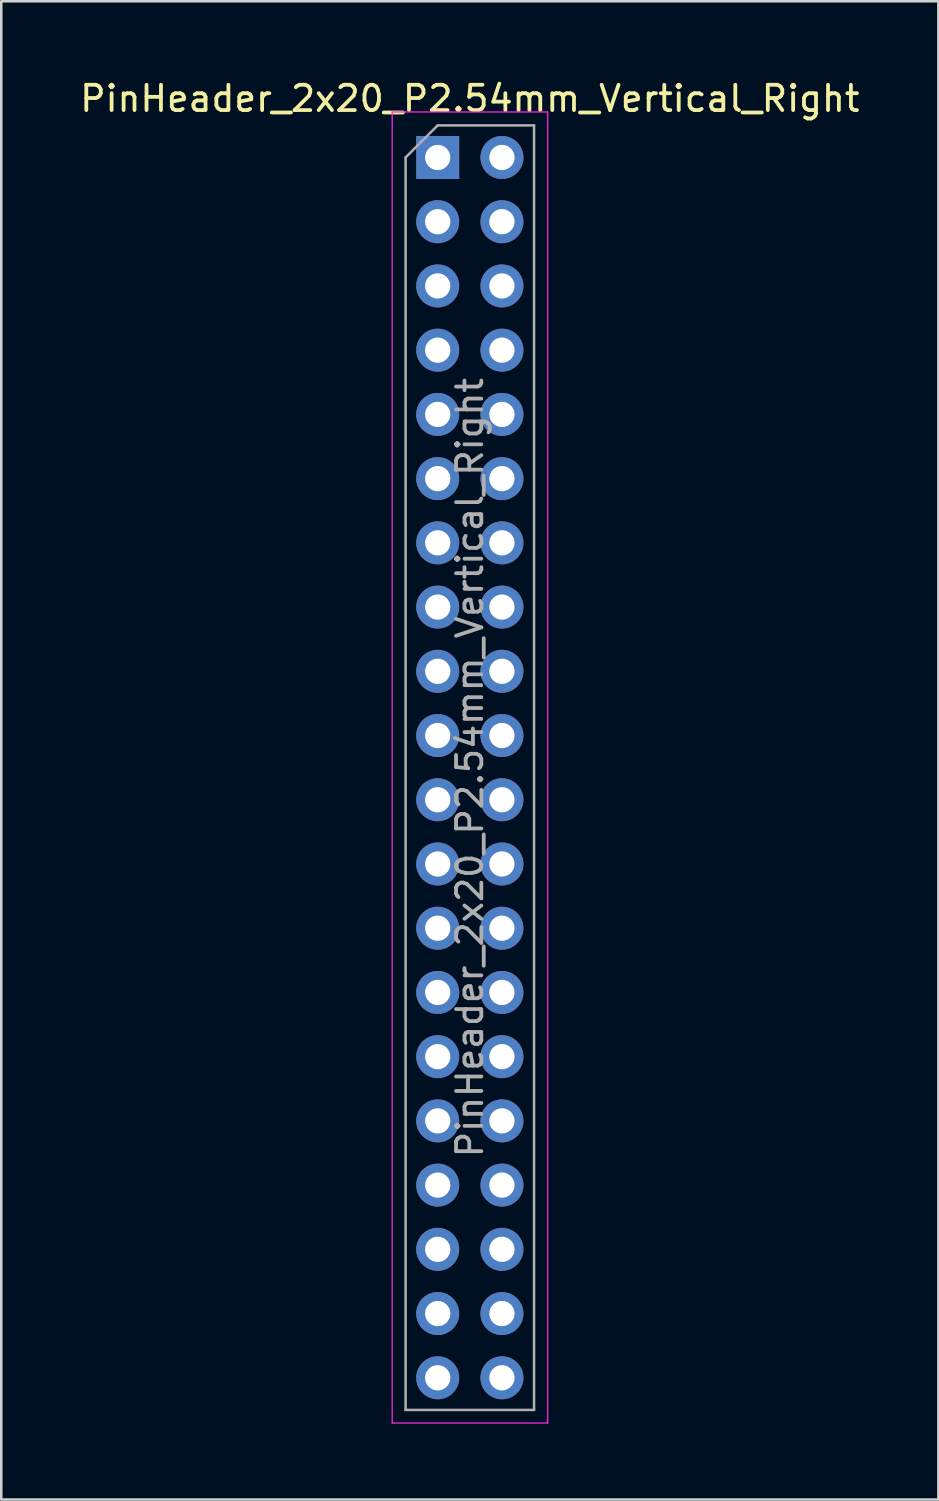
<source format=kicad_pcb>
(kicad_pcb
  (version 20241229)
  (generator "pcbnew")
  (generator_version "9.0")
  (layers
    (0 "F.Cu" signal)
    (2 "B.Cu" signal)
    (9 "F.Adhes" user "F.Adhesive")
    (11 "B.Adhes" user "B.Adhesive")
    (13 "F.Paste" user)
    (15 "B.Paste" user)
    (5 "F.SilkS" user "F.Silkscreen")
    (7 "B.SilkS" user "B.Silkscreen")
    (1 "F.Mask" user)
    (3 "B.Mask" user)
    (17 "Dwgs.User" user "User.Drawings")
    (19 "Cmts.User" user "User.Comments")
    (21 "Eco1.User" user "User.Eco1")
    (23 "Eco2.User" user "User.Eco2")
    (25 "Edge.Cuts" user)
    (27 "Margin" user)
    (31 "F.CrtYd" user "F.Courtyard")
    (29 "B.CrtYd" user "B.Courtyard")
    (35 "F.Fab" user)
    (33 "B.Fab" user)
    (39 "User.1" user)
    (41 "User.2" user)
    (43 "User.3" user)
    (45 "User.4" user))
  (footprint "PinHeader_2x20_P2.54mm_Vertical_Right"
    (layer "F.Cu")
    (at 14.26 3.178)
    (property "Reference" "PinHeader_2x20_P2.54mm_Vertical_Right" (at 1.27 -2.33 0) (layer "F.SilkS") (effects (font (size 1 1) (thickness 0.15))))
    (attr through_hole)
    (fp_line (start -1.8 -1.8) (end -1.8 50.05) (stroke (width 0.05) (type solid)) (layer "F.CrtYd"))
    (fp_line (start -1.8 50.05) (end 4.35 50.05) (stroke (width 0.05) (type solid)) (layer "F.CrtYd"))
    (fp_line (start 4.35 -1.8) (end -1.8 -1.8) (stroke (width 0.05) (type solid)) (layer "F.CrtYd"))
    (fp_line (start 4.35 50.05) (end 4.35 -1.8) (stroke (width 0.05) (type solid)) (layer "F.CrtYd"))
    (fp_line (start -1.27 0) (end 0 -1.27) (stroke (width 0.1) (type solid)) (layer "F.Fab"))
    (fp_line (start -1.27 49.53) (end -1.27 0) (stroke (width 0.1) (type solid)) (layer "F.Fab"))
    (fp_line (start 0 -1.27) (end 3.81 -1.27) (stroke (width 0.1) (type solid)) (layer "F.Fab"))
    (fp_line (start 3.81 -1.27) (end 3.81 49.53) (stroke (width 0.1) (type solid)) (layer "F.Fab"))
    (fp_line (start 3.81 49.53) (end -1.27 49.53) (stroke (width 0.1) (type solid)) (layer "F.Fab"))
    (fp_text user "${REFERENCE}" (at 1.27 24.13 90) (layer "F.Fab") (effects (font (size 1 1) (thickness 0.15))))
    (pad "1" thru_hole rect (at 0 0) (size 1.7 1.7) (drill 1) (layers "*.Cu" "*.Mask"))
    (pad "2" thru_hole oval (at 2.54 0) (size 1.7 1.7) (drill 1) (layers "*.Cu" "*.Mask"))
    (pad "3" thru_hole oval (at 0 2.54) (size 1.7 1.7) (drill 1) (layers "*.Cu" "*.Mask"))
    (pad "4" thru_hole oval (at 2.54 2.54) (size 1.7 1.7) (drill 1) (layers "*.Cu" "*.Mask"))
    (pad "5" thru_hole oval (at 0 5.08) (size 1.7 1.7) (drill 1) (layers "*.Cu" "*.Mask"))
    (pad "6" thru_hole oval (at 2.54 5.08) (size 1.7 1.7) (drill 1) (layers "*.Cu" "*.Mask"))
    (pad "7" thru_hole oval (at 0 7.62) (size 1.7 1.7) (drill 1) (layers "*.Cu" "*.Mask"))
    (pad "8" thru_hole oval (at 2.54 7.62) (size 1.7 1.7) (drill 1) (layers "*.Cu" "*.Mask"))
    (pad "9" thru_hole oval (at 0 10.16) (size 1.7 1.7) (drill 1) (layers "*.Cu" "*.Mask"))
    (pad "10" thru_hole oval (at 2.54 10.16) (size 1.7 1.7) (drill 1) (layers "*.Cu" "*.Mask"))
    (pad "11" thru_hole oval (at 0 12.7) (size 1.7 1.7) (drill 1) (layers "*.Cu" "*.Mask"))
    (pad "12" thru_hole oval (at 2.54 12.7) (size 1.7 1.7) (drill 1) (layers "*.Cu" "*.Mask"))
    (pad "13" thru_hole oval (at 0 15.24) (size 1.7 1.7) (drill 1) (layers "*.Cu" "*.Mask"))
    (pad "14" thru_hole oval (at 2.54 15.24) (size 1.7 1.7) (drill 1) (layers "*.Cu" "*.Mask"))
    (pad "15" thru_hole oval (at 0 17.78) (size 1.7 1.7) (drill 1) (layers "*.Cu" "*.Mask"))
    (pad "16" thru_hole oval (at 2.54 17.78) (size 1.7 1.7) (drill 1) (layers "*.Cu" "*.Mask"))
    (pad "17" thru_hole oval (at 0 20.32) (size 1.7 1.7) (drill 1) (layers "*.Cu" "*.Mask"))
    (pad "18" thru_hole oval (at 2.54 20.32) (size 1.7 1.7) (drill 1) (layers "*.Cu" "*.Mask"))
    (pad "19" thru_hole oval (at 0 22.86) (size 1.7 1.7) (drill 1) (layers "*.Cu" "*.Mask"))
    (pad "20" thru_hole oval (at 2.54 22.86) (size 1.7 1.7) (drill 1) (layers "*.Cu" "*.Mask"))
    (pad "21" thru_hole oval (at 0 25.4) (size 1.7 1.7) (drill 1) (layers "*.Cu" "*.Mask"))
    (pad "22" thru_hole oval (at 2.54 25.4) (size 1.7 1.7) (drill 1) (layers "*.Cu" "*.Mask"))
    (pad "23" thru_hole oval (at 0 27.94) (size 1.7 1.7) (drill 1) (layers "*.Cu" "*.Mask"))
    (pad "24" thru_hole oval (at 2.54 27.94) (size 1.7 1.7) (drill 1) (layers "*.Cu" "*.Mask"))
    (pad "25" thru_hole oval (at 0 30.48) (size 1.7 1.7) (drill 1) (layers "*.Cu" "*.Mask"))
    (pad "26" thru_hole oval (at 2.54 30.48) (size 1.7 1.7) (drill 1) (layers "*.Cu" "*.Mask"))
    (pad "27" thru_hole oval (at 0 33.02) (size 1.7 1.7) (drill 1) (layers "*.Cu" "*.Mask"))
    (pad "28" thru_hole oval (at 2.54 33.02) (size 1.7 1.7) (drill 1) (layers "*.Cu" "*.Mask"))
    (pad "29" thru_hole oval (at 0 35.56) (size 1.7 1.7) (drill 1) (layers "*.Cu" "*.Mask"))
    (pad "30" thru_hole oval (at 2.54 35.56) (size 1.7 1.7) (drill 1) (layers "*.Cu" "*.Mask"))
    (pad "31" thru_hole oval (at 0 38.1) (size 1.7 1.7) (drill 1) (layers "*.Cu" "*.Mask"))
    (pad "32" thru_hole oval (at 2.54 38.1) (size 1.7 1.7) (drill 1) (layers "*.Cu" "*.Mask"))
    (pad "33" thru_hole oval (at 0 40.64) (size 1.7 1.7) (drill 1) (layers "*.Cu" "*.Mask"))
    (pad "34" thru_hole oval (at 2.54 40.64) (size 1.7 1.7) (drill 1) (layers "*.Cu" "*.Mask"))
    (pad "35" thru_hole oval (at 0 43.18) (size 1.7 1.7) (drill 1) (layers "*.Cu" "*.Mask"))
    (pad "36" thru_hole oval (at 2.54 43.18) (size 1.7 1.7) (drill 1) (layers "*.Cu" "*.Mask"))
    (pad "37" thru_hole oval (at 0 45.72) (size 1.7 1.7) (drill 1) (layers "*.Cu" "*.Mask"))
    (pad "38" thru_hole oval (at 2.54 45.72) (size 1.7 1.7) (drill 1) (layers "*.Cu" "*.Mask"))
    (pad "39" thru_hole oval (at 0 48.26) (size 1.7 1.7) (drill 1) (layers "*.Cu" "*.Mask"))
    (pad "40" thru_hole oval (at 2.54 48.26) (size 1.7 1.7) (drill 1) (layers "*.Cu" "*.Mask")))
  (gr_rect
    (start -3 -3)
    (end 34.06 56.253)
    (stroke (width 0.1) (type default))
    (fill no)
    (layer "Edge.Cuts")))
</source>
